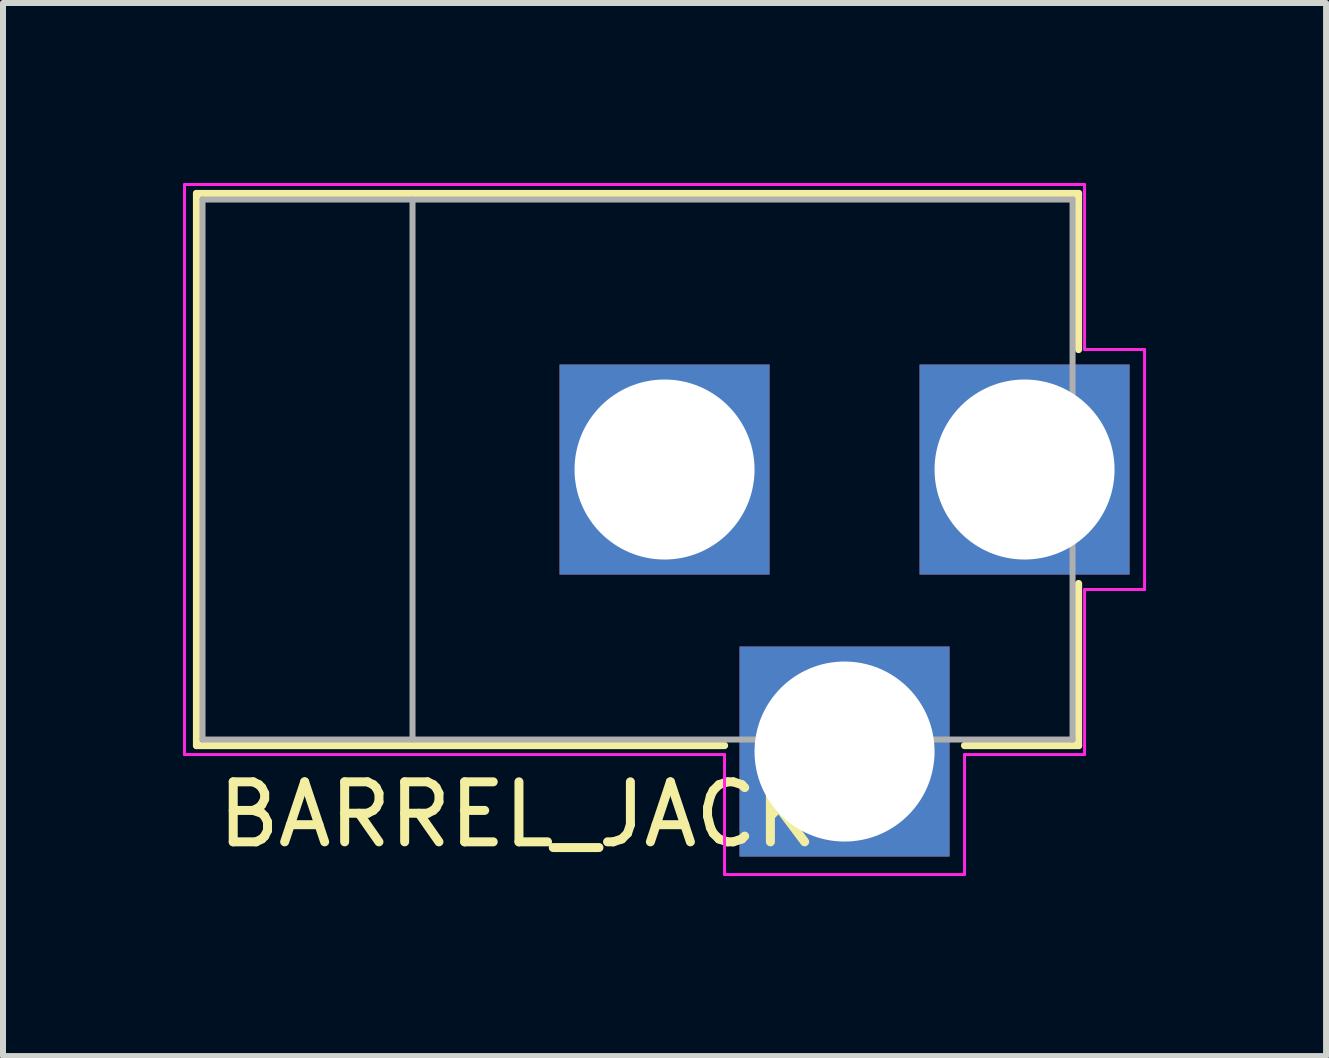
<source format=kicad_pcb>
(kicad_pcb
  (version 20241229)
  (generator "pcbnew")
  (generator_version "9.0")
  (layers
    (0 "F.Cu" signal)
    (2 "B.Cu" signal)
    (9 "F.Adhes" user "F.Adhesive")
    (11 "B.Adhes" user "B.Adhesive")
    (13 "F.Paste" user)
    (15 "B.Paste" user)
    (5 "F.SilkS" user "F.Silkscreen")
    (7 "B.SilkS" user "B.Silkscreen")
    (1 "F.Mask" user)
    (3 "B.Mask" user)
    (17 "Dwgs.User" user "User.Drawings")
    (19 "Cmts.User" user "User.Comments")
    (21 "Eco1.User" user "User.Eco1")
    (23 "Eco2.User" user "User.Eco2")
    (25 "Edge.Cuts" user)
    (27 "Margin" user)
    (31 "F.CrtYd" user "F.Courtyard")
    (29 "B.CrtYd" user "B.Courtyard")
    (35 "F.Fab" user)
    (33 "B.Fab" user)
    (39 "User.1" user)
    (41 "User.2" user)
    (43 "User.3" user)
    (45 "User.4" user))
  (footprint "BARREL_JACK"
    (layer "F.Cu")
    (at 14.025 4.775)
    (property "Reference" "BARREL_JACK" (at -8.45 5.75 180) (layer "F.SilkS") (effects (font (size 1 1) (thickness 0.15))))
    (attr through_hole)
    (fp_line (start -13.8 -4.6) (end 0.9 -4.6) (stroke (width 0.12) (type solid)) (layer "F.SilkS"))
    (fp_line (start -13.8 4.6) (end -13.8 -4.6) (stroke (width 0.12) (type solid)) (layer "F.SilkS"))
    (fp_line (start -5 4.6) (end -13.8 4.6) (stroke (width 0.12) (type solid)) (layer "F.SilkS"))
    (fp_line (start 0.9 -4.6) (end 0.9 -2) (stroke (width 0.12) (type solid)) (layer "F.SilkS"))
    (fp_line (start 0.9 1.9) (end 0.9 4.6) (stroke (width 0.12) (type solid)) (layer "F.SilkS"))
    (fp_line (start 0.9 4.6) (end -1 4.6) (stroke (width 0.12) (type solid)) (layer "F.SilkS"))
    (fp_line (start -14 4.75) (end -14 -4.75) (stroke (width 0.05) (type solid)) (layer "F.CrtYd"))
    (fp_line (start -5 4.75) (end -14 4.75) (stroke (width 0.05) (type solid)) (layer "F.CrtYd"))
    (fp_line (start -5 6.75) (end -5 4.75) (stroke (width 0.05) (type solid)) (layer "F.CrtYd"))
    (fp_line (start -1 4.75) (end -1 6.75) (stroke (width 0.05) (type solid)) (layer "F.CrtYd"))
    (fp_line (start -1 6.75) (end -5 6.75) (stroke (width 0.05) (type solid)) (layer "F.CrtYd"))
    (fp_line (start 1 -4.75) (end -14 -4.75) (stroke (width 0.05) (type solid)) (layer "F.CrtYd"))
    (fp_line (start 1 -4.5) (end 1 -4.75) (stroke (width 0.05) (type solid)) (layer "F.CrtYd"))
    (fp_line (start 1 -4.5) (end 1 -2) (stroke (width 0.05) (type solid)) (layer "F.CrtYd"))
    (fp_line (start 1 -2) (end 2 -2) (stroke (width 0.05) (type solid)) (layer "F.CrtYd"))
    (fp_line (start 1 2) (end 1 4.75) (stroke (width 0.05) (type solid)) (layer "F.CrtYd"))
    (fp_line (start 1 4.75) (end -1 4.75) (stroke (width 0.05) (type solid)) (layer "F.CrtYd"))
    (fp_line (start 2 -2) (end 2 2) (stroke (width 0.05) (type solid)) (layer "F.CrtYd"))
    (fp_line (start 2 2) (end 1 2) (stroke (width 0.05) (type solid)) (layer "F.CrtYd"))
    (fp_line (start -13.7 -4.5) (end -13.7 4.5) (stroke (width 0.1) (type solid)) (layer "F.Fab"))
    (fp_line (start -13.7 4.5) (end 0.8 4.5) (stroke (width 0.1) (type solid)) (layer "F.Fab"))
    (fp_line (start -10.2 -4.5) (end -10.2 4.5) (stroke (width 0.1) (type solid)) (layer "F.Fab"))
    (fp_line (start 0.8 -4.5) (end -13.7 -4.5) (stroke (width 0.1) (type solid)) (layer "F.Fab"))
    (fp_line (start 0.8 4.5) (end 0.8 -4.5) (stroke (width 0.1) (type solid)) (layer "F.Fab"))
    (pad "1" thru_hole rect (at 0 0) (size 3.5 3.5) (drill oval 3) (layers "*.Cu" "*.Mask"))
    (pad "2" thru_hole rect (at -6 0) (size 3.5 3.5) (drill 3) (layers "*.Cu" "*.Mask"))
    (pad "3" thru_hole rect (at -3 4.7) (size 3.5 3.5) (drill oval 3) (layers "*.Cu" "*.Mask")))
  (gr_rect
    (start -3 -3)
    (end 19.05 14.55)
    (stroke (width 0.1) (type default))
    (fill no)
    (layer "Edge.Cuts")))
</source>
